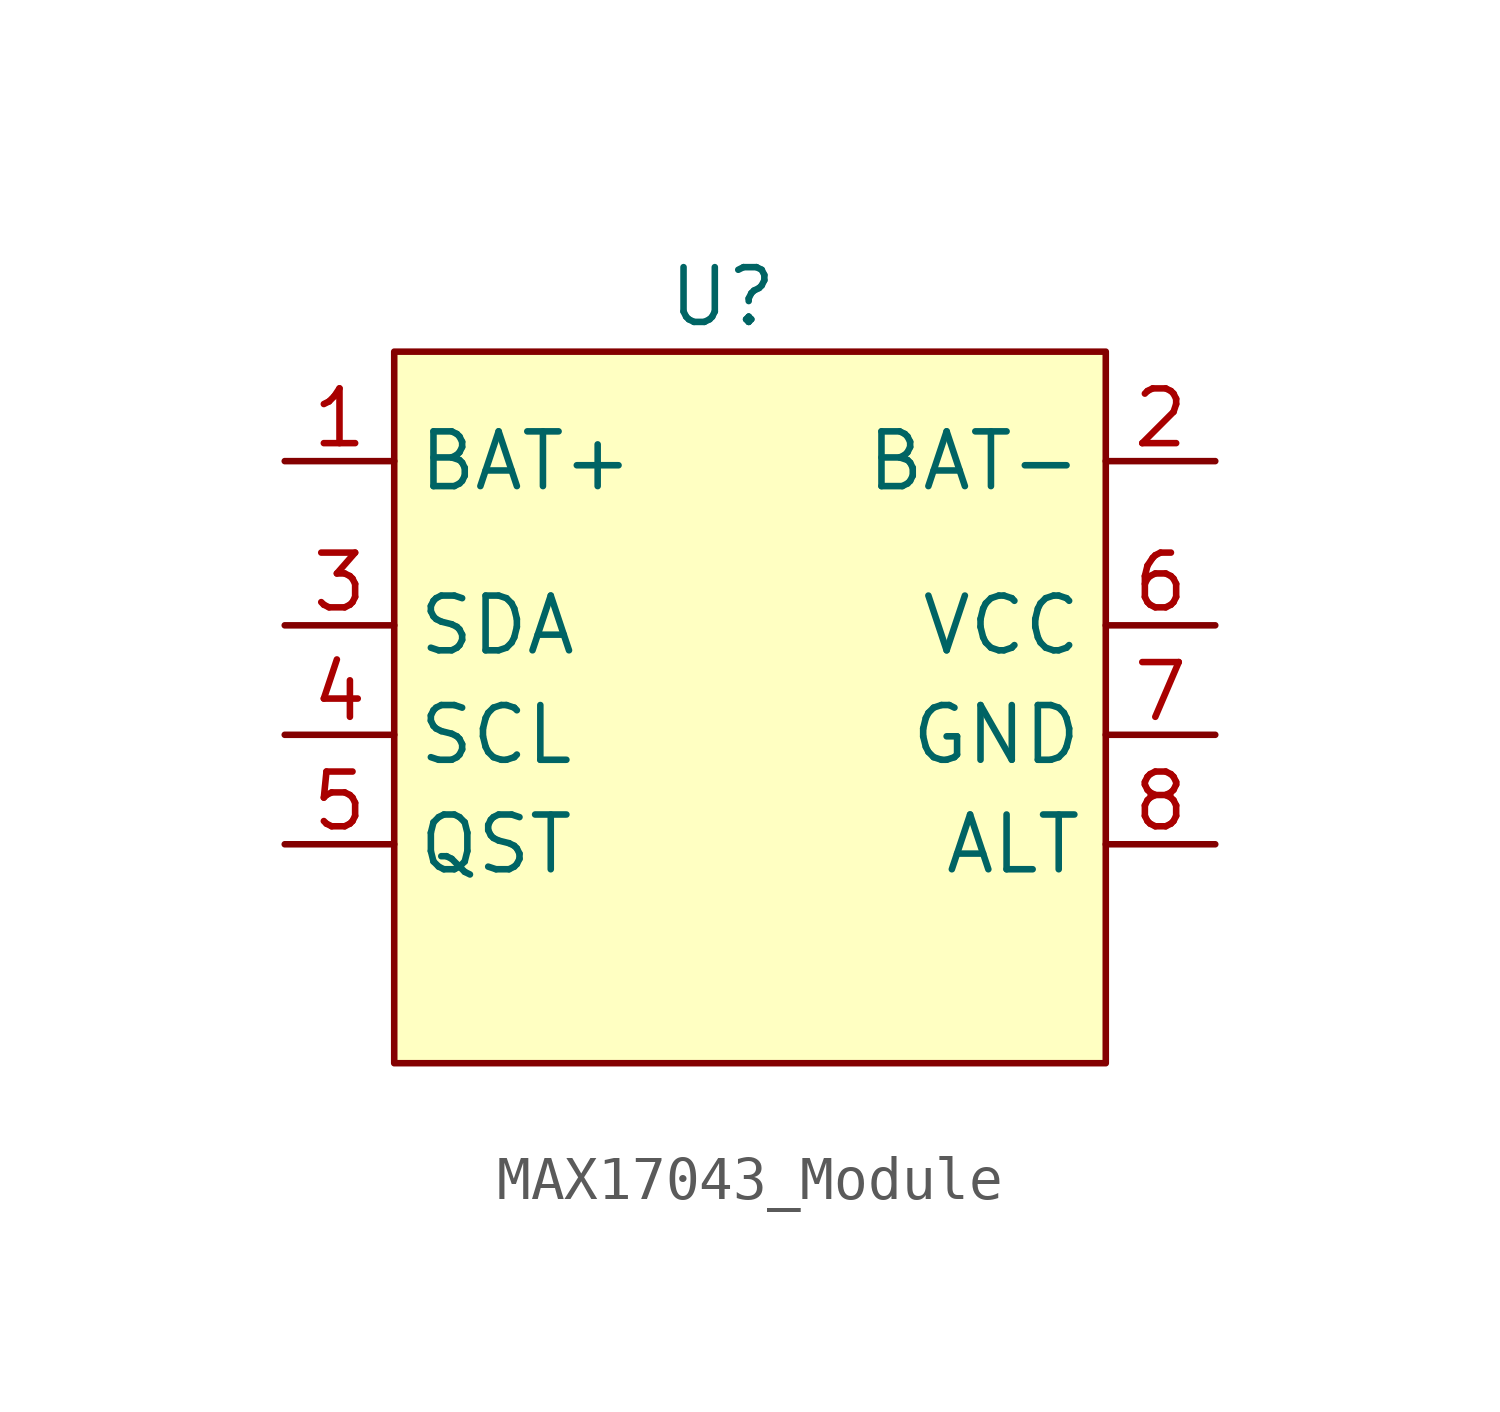
<source format=kicad_sym>
(kicad_symbol_lib
  (version 20241209)
  (generator "kicad_symbol_editor")
  (generator_version "9.0")
  (symbol "MAX17043_Module"
    (property "Reference" "U"
      (at 0 0 0)
      (effects (font (size 1.27 1.27))))
    (property "Value" ""
      (at 0 0 0)
      (effects (font (size 1.27 1.27))))
    (symbol "MAX17043_Module_1_1"
      (rectangle (start -7.62 -1.27) (end 8.89 -17.78) (stroke (width 0) (type solid)) (fill (type color) (color 255 255 194 1)))
      (pin input line (at -10.16 -3.81 0) (length 2.54) (name "BAT+" (effects (font (size 1.27 1.27)))) (number "1" (effects (font (size 1.27 1.27)))))
      (pin bidirectional line (at -10.16 -7.62 0) (length 2.54) (name "SDA" (effects (font (size 1.27 1.27)))) (number "3" (effects (font (size 1.27 1.27)))))
      (pin bidirectional line (at -10.16 -10.16 0) (length 2.54) (name "SCL" (effects (font (size 1.27 1.27)))) (number "4" (effects (font (size 1.27 1.27)))))
      (pin input line (at -10.16 -12.7 0) (length 2.54) (name "QST" (effects (font (size 1.27 1.27)))) (number "5" (effects (font (size 1.27 1.27)))))
      (pin input line (at 11.43 -3.81 180) (length 2.54) (name "BAT-" (effects (font (size 1.27 1.27)))) (number "2" (effects (font (size 1.27 1.27)))))
      (pin input line (at 11.43 -7.62 180) (length 2.54) (name "VCC" (effects (font (size 1.27 1.27)))) (number "6" (effects (font (size 1.27 1.27)))))
      (pin input line (at 11.43 -10.16 180) (length 2.54) (name "GND" (effects (font (size 1.27 1.27)))) (number "7" (effects (font (size 1.27 1.27)))))
      (pin output line (at 11.43 -12.7 180) (length 2.54) (name "ALT" (effects (font (size 1.27 1.27)))) (number "8" (effects (font (size 1.27 1.27))))))))
</source>
